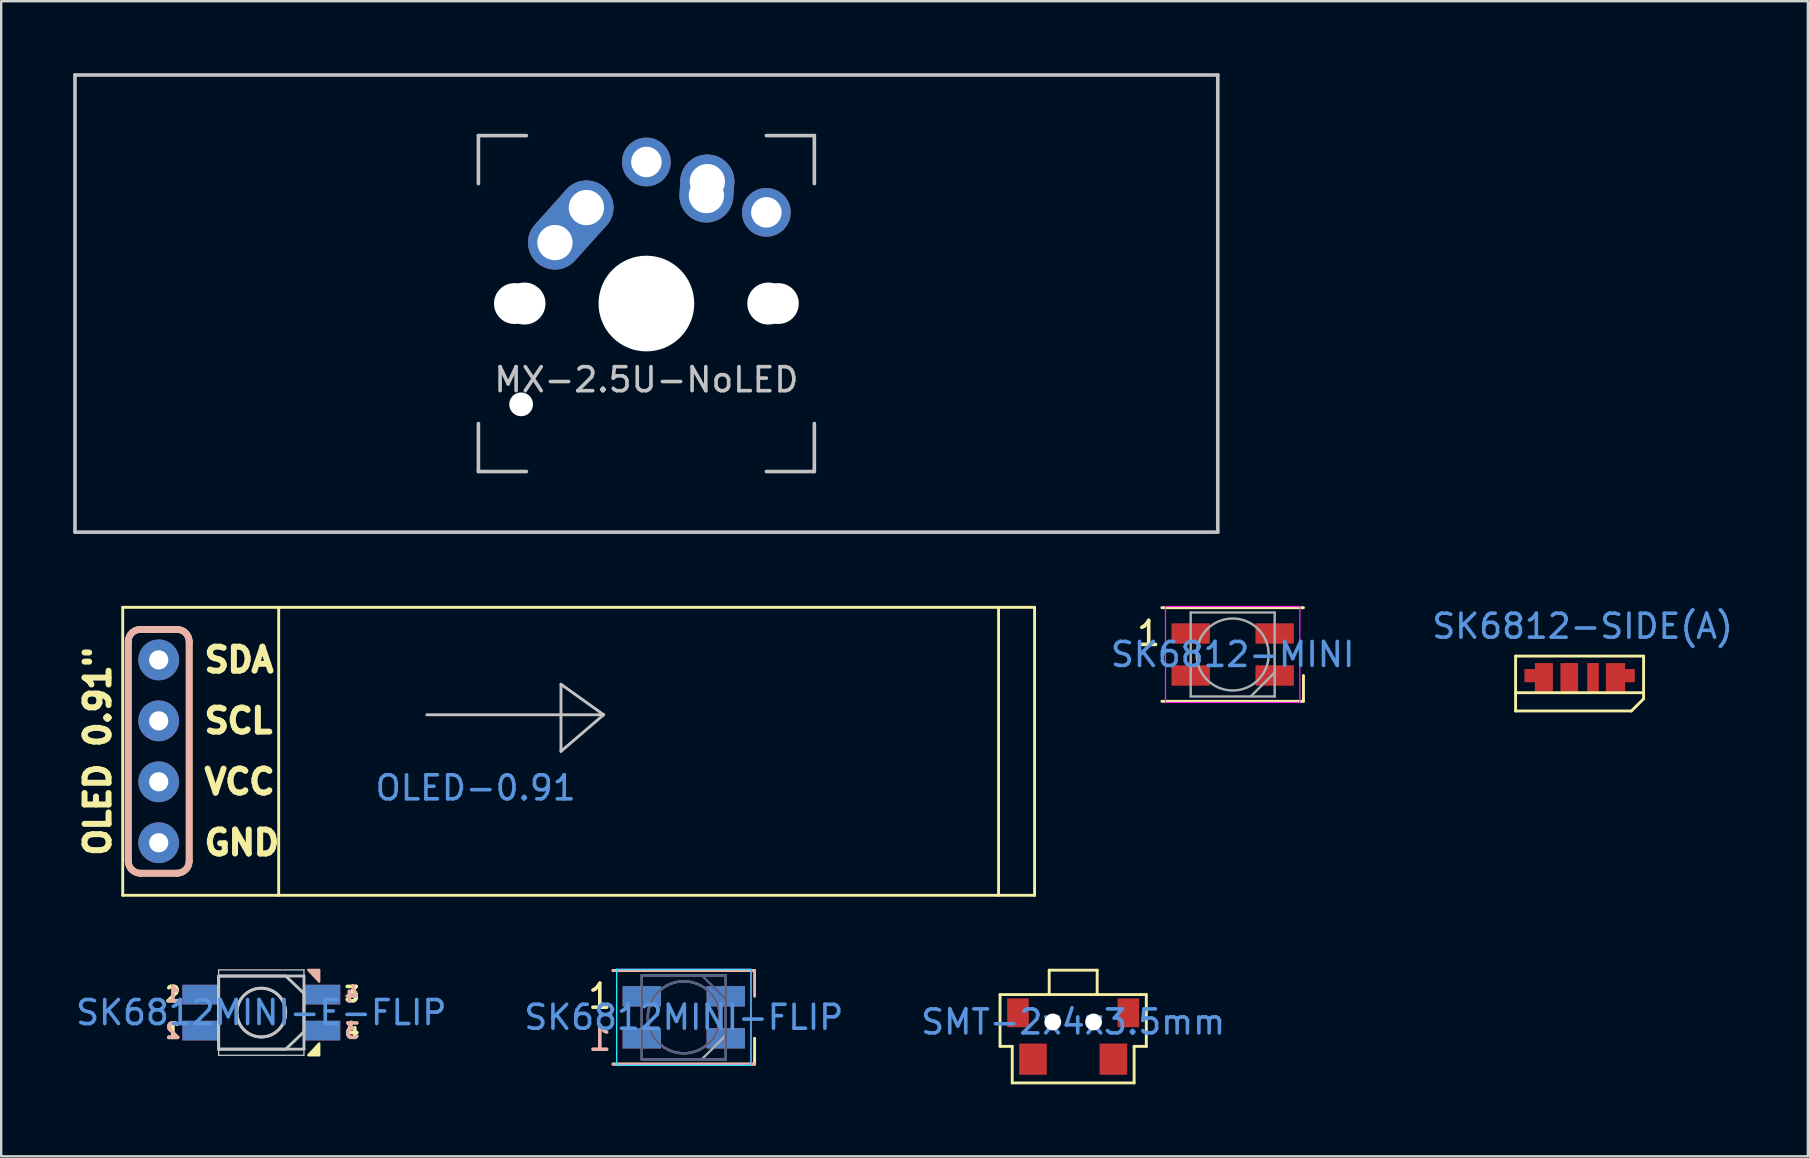
<source format=kicad_pcb>
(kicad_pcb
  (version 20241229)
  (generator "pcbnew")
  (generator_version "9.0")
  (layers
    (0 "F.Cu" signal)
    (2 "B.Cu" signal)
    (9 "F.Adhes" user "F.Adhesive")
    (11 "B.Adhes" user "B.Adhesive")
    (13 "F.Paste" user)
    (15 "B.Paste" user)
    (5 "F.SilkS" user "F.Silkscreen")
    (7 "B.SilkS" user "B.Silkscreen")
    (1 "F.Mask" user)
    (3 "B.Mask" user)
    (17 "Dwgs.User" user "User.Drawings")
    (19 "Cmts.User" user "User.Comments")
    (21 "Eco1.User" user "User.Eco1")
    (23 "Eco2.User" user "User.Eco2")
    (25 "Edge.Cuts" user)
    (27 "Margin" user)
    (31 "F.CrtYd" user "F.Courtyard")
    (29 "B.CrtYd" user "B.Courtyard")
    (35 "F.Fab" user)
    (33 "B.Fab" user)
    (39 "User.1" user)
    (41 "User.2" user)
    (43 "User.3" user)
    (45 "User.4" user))
  (footprint "SK6812MINI-FLIP"
    (layer "F.Cu")
    (at 25.446 39.345)
    (property "Reference" "SK6812MINI-FLIP" (at 0 0 0) (layer "Cmts.User") (effects (font (size 1 1) (thickness 0.15))))
    (attr through_hole)
    (fp_line (start -2.95 -1.95) (end 2.95 -1.95) (stroke (width 0.12) (type solid)) (layer "F.SilkS"))
    (fp_line (start -2.95 1.95) (end 2.95 1.95) (stroke (width 0.12) (type solid)) (layer "F.SilkS"))
    (fp_line (start 2.95 1.95) (end 2.95 0.875) (stroke (width 0.12) (type solid)) (layer "F.SilkS"))
    (fp_line (start -2.95 -1.95) (end 2.95 -1.95) (stroke (width 0.12) (type solid)) (layer "B.SilkS"))
    (fp_line (start -2.95 1.95) (end 2.95 1.95) (stroke (width 0.12) (type solid)) (layer "B.SilkS"))
    (fp_line (start 2.95 -1.95) (end 2.95 -0.875) (stroke (width 0.12) (type solid)) (layer "B.SilkS"))
    (fp_line (start -2.8 -2) (end 2.8 -2) (stroke (width 0.05) (type solid)) (layer "B.CrtYd"))
    (fp_line (start -2.8 2) (end -2.8 -2) (stroke (width 0.05) (type solid)) (layer "B.CrtYd"))
    (fp_line (start 2.8 -2) (end 2.8 2) (stroke (width 0.05) (type solid)) (layer "B.CrtYd"))
    (fp_line (start 2.8 2) (end -2.8 2) (stroke (width 0.05) (type solid)) (layer "B.CrtYd"))
    (fp_line (start -2.8 -2) (end -2.8 2) (stroke (width 0.05) (type solid)) (layer "F.CrtYd"))
    (fp_line (start -2.8 2) (end 2.8 2) (stroke (width 0.05) (type solid)) (layer "F.CrtYd"))
    (fp_line (start 2.8 -2) (end -2.8 -2) (stroke (width 0.05) (type solid)) (layer "F.CrtYd"))
    (fp_line (start 2.8 2) (end 2.8 -2) (stroke (width 0.05) (type solid)) (layer "F.CrtYd"))
    (fp_line (start -1.75 -1.75) (end 1.75 -1.75) (stroke (width 0.1) (type solid)) (layer "B.Fab"))
    (fp_line (start -1.75 1.75) (end -1.75 -1.75) (stroke (width 0.1) (type solid)) (layer "B.Fab"))
    (fp_line (start 1.75 -1.75) (end 1.75 1.75) (stroke (width 0.1) (type solid)) (layer "B.Fab"))
    (fp_line (start 1.75 -0.75) (end 0.75 -1.75) (stroke (width 0.1) (type solid)) (layer "B.Fab"))
    (fp_line (start 1.75 1.75) (end -1.75 1.75) (stroke (width 0.1) (type solid)) (layer "B.Fab"))
    (fp_circle (center 0 0) (end 0 1.5) (stroke (width 0.1) (type solid)) (fill no) (layer "B.Fab"))
    (fp_line (start -1.75 -1.75) (end -1.75 1.75) (stroke (width 0.1) (type solid)) (layer "F.Fab"))
    (fp_line (start -1.75 1.75) (end 1.75 1.75) (stroke (width 0.1) (type solid)) (layer "F.Fab"))
    (fp_line (start 1.75 -1.75) (end -1.75 -1.75) (stroke (width 0.1) (type solid)) (layer "F.Fab"))
    (fp_line (start 1.75 0.75) (end 0.75 1.75) (stroke (width 0.1) (type solid)) (layer "F.Fab"))
    (fp_line (start 1.75 1.75) (end 1.75 -1.75) (stroke (width 0.1) (type solid)) (layer "F.Fab"))
    (fp_circle (center 0 0) (end 0 -1.5) (stroke (width 0.1) (type solid)) (fill no) (layer "F.Fab"))
    (fp_text user "1" (at -3.5 -0.875 0) (layer "F.SilkS") (effects (font (size 1 1) (thickness 0.15))))
    (fp_text user "1" (at -3.5 0.875 0) (layer "B.SilkS") (effects (font (size 1 1) (thickness 0.15)) (justify mirror)))
    (pad "1" smd rect (at -1.75 -0.875) (size 1.6 0.85) (layers "F.Cu" "F.Mask" "F.Paste"))
    (pad "1" smd rect (at -1.75 0.875) (size 1.6 0.85) (layers "B.Cu" "B.Mask" "B.Paste"))
    (pad "2" smd rect (at -1.75 -0.875) (size 1.6 0.85) (layers "B.Cu" "B.Mask" "B.Paste"))
    (pad "2" smd rect (at -1.75 0.875) (size 1.6 0.85) (layers "F.Cu" "F.Mask" "F.Paste"))
    (pad "3" smd rect (at 1.75 -0.875) (size 1.6 0.85) (layers "B.Cu" "B.Mask" "B.Paste"))
    (pad "3" smd rect (at 1.75 0.875) (size 1.6 0.85) (layers "F.Cu" "F.Mask" "F.Paste"))
    (pad "4" smd rect (at 1.75 -0.875) (size 1.6 0.85) (layers "F.Cu" "F.Mask" "F.Paste"))
    (pad "4" smd rect (at 1.75 0.875) (size 1.6 0.85) (layers "B.Cu" "B.Mask" "B.Paste")))
  (footprint "SK6812-MINI"
    (layer "F.Cu")
    (at 48.32 24.225)
    (property "Reference" "SK6812-MINI" (at 0 0 0) (layer "Cmts.User") (effects (font (size 1 1) (thickness 0.15))))
    (attr smd)
    (fp_line (start -2.95 -1.95) (end 2.95 -1.95) (stroke (width 0.12) (type solid)) (layer "F.SilkS"))
    (fp_line (start -2.95 1.95) (end 2.95 1.95) (stroke (width 0.12) (type solid)) (layer "F.SilkS"))
    (fp_line (start 2.95 1.95) (end 2.95 0.875) (stroke (width 0.12) (type solid)) (layer "F.SilkS"))
    (fp_line (start -2.8 -2) (end -2.8 2) (stroke (width 0.05) (type solid)) (layer "F.CrtYd"))
    (fp_line (start -2.8 2) (end 2.8 2) (stroke (width 0.05) (type solid)) (layer "F.CrtYd"))
    (fp_line (start 2.8 -2) (end -2.8 -2) (stroke (width 0.05) (type solid)) (layer "F.CrtYd"))
    (fp_line (start 2.8 2) (end 2.8 -2) (stroke (width 0.05) (type solid)) (layer "F.CrtYd"))
    (fp_line (start -1.75 -1.75) (end -1.75 1.75) (stroke (width 0.1) (type solid)) (layer "F.Fab"))
    (fp_line (start -1.75 1.75) (end 1.75 1.75) (stroke (width 0.1) (type solid)) (layer "F.Fab"))
    (fp_line (start 1.75 -1.75) (end -1.75 -1.75) (stroke (width 0.1) (type solid)) (layer "F.Fab"))
    (fp_line (start 1.75 0.75) (end 0.75 1.75) (stroke (width 0.1) (type solid)) (layer "F.Fab"))
    (fp_line (start 1.75 1.75) (end 1.75 -1.75) (stroke (width 0.1) (type solid)) (layer "F.Fab"))
    (fp_circle (center 0 0) (end 0 -1.5) (stroke (width 0.1) (type solid)) (fill no) (layer "F.Fab"))
    (fp_text user "1" (at -3.5 -0.875 0) (layer "F.SilkS") (effects (font (size 1 1) (thickness 0.15))))
    (pad "+" smd rect (at 1.75 -0.875) (size 1.6 0.85) (layers "F.Cu" "F.Mask" "F.Paste"))
    (pad "-" smd rect (at -1.75 0.875) (size 1.6 0.85) (layers "F.Cu" "F.Mask" "F.Paste"))
    (pad "I" smd rect (at 1.75 0.875) (size 1.6 0.85) (layers "F.Cu" "F.Mask" "F.Paste"))
    (pad "O" smd rect (at -1.75 -0.875) (size 1.6 0.85) (layers "F.Cu" "F.Mask" "F.Paste")))
  (footprint "SK6812MINI-E-FLIP"
    (layer "F.Cu")
    (at 7.839 39.148)
    (property "Reference" "SK6812MINI-E-FLIP" (at 0 0 0) (layer "Cmts.User") (effects (font (size 1 1) (thickness 0.15))))
    (attr through_hole)
    (fp_poly (pts (xy 2.413 1.288) (xy 2.413 1.778) (xy 1.958 1.778)) (stroke (width 0.1) (type solid)) (fill yes) (layer "F.SilkS"))
    (fp_poly (pts (xy 2.413 -1.288) (xy 2.413 -1.778) (xy 1.958 -1.778)) (stroke (width 0.1) (type solid)) (fill yes) (layer "B.SilkS"))
    (fp_line (start -1.778 -1.524) (end -1.778 1.524) (stroke (width 0.12) (type solid)) (layer "Dwgs.User"))
    (fp_line (start -1.778 1.524) (end -1.778 -1.524) (stroke (width 0.12) (type solid)) (layer "Dwgs.User"))
    (fp_line (start 1 -1.524) (end -1.778 -1.524) (stroke (width 0.12) (type solid)) (layer "Dwgs.User"))
    (fp_line (start 1 1.524) (end -1.778 1.524) (stroke (width 0.12) (type solid)) (layer "Dwgs.User"))
    (fp_line (start 1.016 -1.524) (end 1.778 -0.8) (stroke (width 0.12) (type solid)) (layer "Dwgs.User"))
    (fp_line (start 1.016 1.524) (end 1.778 0.8) (stroke (width 0.12) (type solid)) (layer "Dwgs.User"))
    (fp_line (start 1.778 -1.524) (end -1.778 -1.524) (stroke (width 0.12) (type solid)) (layer "Dwgs.User"))
    (fp_line (start 1.778 -1.524) (end 1.778 0.8) (stroke (width 0.12) (type solid)) (layer "Dwgs.User"))
    (fp_line (start 1.778 1.524) (end -1.778 1.524) (stroke (width 0.12) (type solid)) (layer "Dwgs.User"))
    (fp_line (start 1.778 1.524) (end 1.778 -0.8) (stroke (width 0.12) (type solid)) (layer "Dwgs.User"))
    (fp_circle (center 0 0) (end 1.016 0) (stroke (width 0.12) (type solid)) (fill no) (layer "Dwgs.User"))
    (fp_circle (center 0 0) (end 1.016 0) (stroke (width 0.12) (type solid)) (fill no) (layer "Dwgs.User"))
    (fp_line (start -1.778 -1.778) (end -1.778 1.778) (stroke (width 0.05) (type solid)) (layer "Edge.Cuts"))
    (fp_line (start -1.778 -1.778) (end 1.778 -1.778) (stroke (width 0.05) (type solid)) (layer "Edge.Cuts"))
    (fp_line (start -1.778 1.778) (end 1.778 1.778) (stroke (width 0.05) (type solid)) (layer "Edge.Cuts"))
    (fp_line (start 1.778 1.778) (end 1.778 -1.778) (stroke (width 0.05) (type solid)) (layer "Edge.Cuts"))
    (fp_text user "4" (at 3.782 0.762 180) (layer "F.SilkS") (effects (font (size 0.6 0.6) (thickness 0.15))))
    (fp_text user "3" (at 3.782 -0.762 180) (layer "F.SilkS") (effects (font (size 0.6 0.6) (thickness 0.15))))
    (fp_text user "2" (at -3.683 -0.762 180) (layer "F.SilkS") (effects (font (size 0.6 0.6) (thickness 0.15))))
    (fp_text user "1" (at -3.683 0.762 180) (layer "F.SilkS") (effects (font (size 0.6 0.6) (thickness 0.15))))
    (fp_text user "2" (at -3.683 0.762 180) (layer "B.SilkS") (effects (font (size 0.6 0.6) (thickness 0.15)) (justify mirror)))
    (fp_text user "4" (at 3.782 -0.762 180) (layer "B.SilkS") (effects (font (size 0.6 0.6) (thickness 0.15)) (justify mirror)))
    (fp_text user "3" (at 3.782 0.762 180) (layer "B.SilkS") (effects (font (size 0.6 0.6) (thickness 0.15)) (justify mirror)))
    (fp_text user "1" (at -3.683 -0.762 180) (layer "B.SilkS") (effects (font (size 0.6 0.6) (thickness 0.15)) (justify mirror)))
    (pad "1" smd trapezoid (at -2.54 -0.75) (size 1.5 0.82) (layers "F.Cu" "F.Mask" "F.Paste"))
    (pad "1" smd trapezoid (at -2.54 0.75) (size 1.5 0.82) (layers "B.Cu" "B.Mask" "B.Paste"))
    (pad "2" smd rect (at 2.54 -0.75) (size 1.5 0.82) (layers "F.Cu" "F.Mask" "F.Paste"))
    (pad "2" smd rect (at 2.54 0.75) (size 1.5 0.82) (layers "B.Cu" "B.Mask" "B.Paste"))
    (pad "3" smd rect (at 2.54 -0.75) (size 1.5 0.82) (layers "B.Cu" "B.Mask" "B.Paste"))
    (pad "3" smd rect (at 2.54 0.75) (size 1.5 0.82) (layers "F.Cu" "F.Mask" "F.Paste"))
    (pad "4" smd rect (at -2.54 -0.75) (size 1.5 0.82) (layers "B.Cu" "B.Mask" "B.Paste"))
    (pad "4" smd rect (at -2.54 0.75) (size 1.5 0.82) (layers "F.Cu" "F.Mask" "F.Paste")))
  (footprint "OLED-0.91"
    (layer "F.Cu")
    (at 3.564 28.26)
    (property "Reference" "OLED-0.91" (at 13.208 1.524 180) (layer "Cmts.User") (effects (font (size 1 1) (thickness 0.15))))
    (attr through_hole)
    (fp_line (start -1.5 -6) (end -1.5 6) (stroke (width 0.12) (type solid)) (layer "F.SilkS"))
    (fp_line (start -1.5 -6) (end 36.5 -6) (stroke (width 0.12) (type solid)) (layer "F.SilkS"))
    (fp_line (start -1.5 6) (end 36.5 6) (stroke (width 0.12) (type solid)) (layer "F.SilkS"))
    (fp_line (start -1.27 -4.572) (end -1.27 4.572) (stroke (width 0.28) (type solid)) (layer "F.SilkS"))
    (fp_line (start -0.762 -5.08) (end 0.762 -5.08) (stroke (width 0.28) (type solid)) (layer "F.SilkS"))
    (fp_line (start 0.762 5.08) (end -0.762 5.08) (stroke (width 0.28) (type solid)) (layer "F.SilkS"))
    (fp_line (start 1.27 -4.572) (end 1.27 4.572) (stroke (width 0.28) (type solid)) (layer "F.SilkS"))
    (fp_line (start 5 -6) (end 5 6) (stroke (width 0.12) (type solid)) (layer "F.SilkS"))
    (fp_line (start 35 -6) (end 35 6) (stroke (width 0.12) (type solid)) (layer "F.SilkS"))
    (fp_line (start 36.5 -6) (end 36.5 6) (stroke (width 0.12) (type solid)) (layer "F.SilkS"))
    (fp_arc (start -1.27 -4.572) (mid -1.12121 -4.93121) (end -0.762 -5.08) (stroke (width 0.28) (type solid)) (layer "F.SilkS"))
    (fp_arc (start -0.762 5.08) (mid -1.12121 4.93121) (end -1.27 4.572) (stroke (width 0.28) (type solid)) (layer "F.SilkS"))
    (fp_arc (start 0.762 -5.08) (mid 1.12121 -4.93121) (end 1.27 -4.572) (stroke (width 0.28) (type solid)) (layer "F.SilkS"))
    (fp_arc (start 1.27 4.572) (mid 1.12121 4.93121) (end 0.762 5.08) (stroke (width 0.28) (type solid)) (layer "F.SilkS"))
    (fp_line (start -1.27 4.572) (end -1.27 -4.572) (stroke (width 0.28) (type solid)) (layer "B.SilkS"))
    (fp_line (start -0.762 5.08) (end 0.762 5.08) (stroke (width 0.28) (type solid)) (layer "B.SilkS"))
    (fp_line (start 0.762 -5.08) (end -0.762 -5.08) (stroke (width 0.28) (type solid)) (layer "B.SilkS"))
    (fp_line (start 1.27 4.572) (end 1.27 -4.572) (stroke (width 0.28) (type solid)) (layer "B.SilkS"))
    (fp_arc (start -1.27 -4.572) (mid -1.12121 -4.93121) (end -0.762 -5.08) (stroke (width 0.28) (type solid)) (layer "B.SilkS"))
    (fp_arc (start -0.762 5.08) (mid -1.12121 4.93121) (end -1.27 4.572) (stroke (width 0.28) (type solid)) (layer "B.SilkS"))
    (fp_arc (start 0.762 -5.08) (mid 1.12121 -4.93121) (end 1.27 -4.572) (stroke (width 0.28) (type solid)) (layer "B.SilkS"))
    (fp_arc (start 1.27 4.572) (mid 1.12121 4.93121) (end 0.762 5.08) (stroke (width 0.28) (type solid)) (layer "B.SilkS"))
    (fp_line (start 11.176 -1.524) (end 18.542 -1.524) (stroke (width 0.12) (type solid)) (layer "Dwgs.User"))
    (fp_line (start 16.764 -2.794) (end 16.764 0) (stroke (width 0.12) (type solid)) (layer "Dwgs.User"))
    (fp_line (start 16.764 0) (end 18.542 -1.524) (stroke (width 0.12) (type solid)) (layer "Dwgs.User"))
    (fp_line (start 18.542 -1.524) (end 16.764 -2.794) (stroke (width 0.12) (type solid)) (layer "Dwgs.User"))
    (fp_text user "GND" (at 1.778 3.81 0) (layer "F.SilkS") (effects (font (size 1 1) (thickness 0.25)) (justify left)))
    (fp_text user "OLED 0.91\"" (at -2.54 0 270) (layer "F.SilkS") (effects (font (size 1 1) (thickness 0.25))))
    (fp_text user "SCL" (at 1.778 -1.27 0) (layer "F.SilkS") (effects (font (size 1 1) (thickness 0.25)) (justify left)))
    (fp_text user "SDA" (at 1.778 -3.81 0) (layer "F.SilkS") (effects (font (size 1 1) (thickness 0.25)) (justify left)))
    (fp_text user "VCC" (at 1.778 1.27 0) (layer "F.SilkS") (effects (font (size 1 1) (thickness 0.25)) (justify left)))
    (pad "1" thru_hole oval (at 0 -3.81) (size 1.7 1.7) (drill 0.8) (layers "*.Cu" "*.Mask"))
    (pad "2" thru_hole oval (at 0 -1.27) (size 1.7 1.7) (drill 0.8) (layers "*.Cu" "*.Mask"))
    (pad "3" thru_hole oval (at 0 1.27) (size 1.7 1.7) (drill 0.8) (layers "*.Cu" "*.Mask"))
    (pad "4" thru_hole oval (at 0 3.81) (size 1.7 1.7) (drill 0.8) (layers "*.Cu" "*.Mask")))
  (footprint "SMT-2x4x3.5mm"
    (layer "F.Cu")
    (at 41.673 39.539)
    (property "Reference" "SMT-2x4x3.5mm" (at 0 0 0) (layer "Cmts.User") (effects (font (size 1 1) (thickness 0.15))))
    (attr through_hole)
    (fp_line (start -3.048 -1.143) (end -3.048 1.016) (stroke (width 0.12) (type solid)) (layer "F.SilkS"))
    (fp_line (start -3.048 1.016) (end -2.54 1.016) (stroke (width 0.12) (type solid)) (layer "F.SilkS"))
    (fp_line (start -2.54 1.016) (end -2.54 2.54) (stroke (width 0.12) (type solid)) (layer "F.SilkS"))
    (fp_line (start -2.54 2.54) (end 2.54 2.54) (stroke (width 0.12) (type solid)) (layer "F.SilkS"))
    (fp_line (start -1 -2.159) (end 1 -2.159) (stroke (width 0.12) (type solid)) (layer "F.SilkS"))
    (fp_line (start -1 -1.143) (end -1 -2.159) (stroke (width 0.12) (type solid)) (layer "F.SilkS"))
    (fp_line (start 1 -2.159) (end 1 -1.143) (stroke (width 0.12) (type solid)) (layer "F.SilkS"))
    (fp_line (start 2.54 1.016) (end 3.048 1.016) (stroke (width 0.12) (type solid)) (layer "F.SilkS"))
    (fp_line (start 2.54 2.54) (end 2.54 1.016) (stroke (width 0.12) (type solid)) (layer "F.SilkS"))
    (fp_line (start 2.794 -1.143) (end -3.048 -1.143) (stroke (width 0.12) (type solid)) (layer "F.SilkS"))
    (fp_line (start 3.048 -1.143) (end 2.794 -1.143) (stroke (width 0.12) (type solid)) (layer "F.SilkS"))
    (fp_line (start 3.048 1.016) (end 3.048 -1.143) (stroke (width 0.12) (type solid)) (layer "F.SilkS"))
    (pad "" smd trapezoid (at -2.3 -0.381) (size 0.9 1.2) (layers "F.Cu" "F.Mask" "F.Paste"))
    (pad "" np_thru_hole circle (at -0.85 0) (size 0.7 0.7) (drill 0.7) (layers "*.Cu" "*.Mask"))
    (pad "" np_thru_hole circle (at 0.85 0) (size 0.7 0.7) (drill 0.7) (layers "*.Cu" "*.Mask"))
    (pad "" smd trapezoid (at 2.3 -0.381) (size 0.9 1.2) (layers "F.Cu" "F.Mask" "F.Paste"))
    (pad "1" smd trapezoid (at -1.675 1.55) (size 1.15 1.3) (layers "F.Cu" "F.Mask" "F.Paste"))
    (pad "2" smd trapezoid (at 1.675 1.55 180) (size 1.15 1.3) (layers "F.Cu" "F.Mask" "F.Paste")))
  (footprint "MX-2.5U-NoLED"
    (layer "F.Cu")
    (at 23.887 9.6)
    (property "Reference" "MX-2.5U-NoLED" (at 0 3.175 0) (layer "Dwgs.User") (effects (font (size 1 1) (thickness 0.15))))
    (attr through_hole)
    (fp_line (start -23.812 -9.525) (end 23.812 -9.525) (stroke (width 0.15) (type solid)) (layer "Dwgs.User"))
    (fp_line (start -23.812 9.525) (end -23.812 -9.525) (stroke (width 0.15) (type solid)) (layer "Dwgs.User"))
    (fp_line (start -23.812 9.525) (end 23.812 9.525) (stroke (width 0.15) (type solid)) (layer "Dwgs.User"))
    (fp_line (start -7 -7) (end -7 -5) (stroke (width 0.15) (type solid)) (layer "Dwgs.User"))
    (fp_line (start -7 5) (end -7 7) (stroke (width 0.15) (type solid)) (layer "Dwgs.User"))
    (fp_line (start -7 7) (end -5 7) (stroke (width 0.15) (type solid)) (layer "Dwgs.User"))
    (fp_line (start -5 -7) (end -7 -7) (stroke (width 0.15) (type solid)) (layer "Dwgs.User"))
    (fp_line (start 5 -7) (end 7 -7) (stroke (width 0.15) (type solid)) (layer "Dwgs.User"))
    (fp_line (start 5 7) (end 7 7) (stroke (width 0.15) (type solid)) (layer "Dwgs.User"))
    (fp_line (start 7 -7) (end 7 -5) (stroke (width 0.15) (type solid)) (layer "Dwgs.User"))
    (fp_line (start 7 7) (end 7 5) (stroke (width 0.15) (type solid)) (layer "Dwgs.User"))
    (fp_line (start 23.812 -9.525) (end 23.812 9.525) (stroke (width 0.15) (type solid)) (layer "Dwgs.User"))
    (pad "" np_thru_hole circle (at -5.5 0) (size 1.702 1.702) (drill 1.702) (layers "*.Cu" "*.Mask"))
    (pad "" np_thru_hole circle (at -5.22 4.2 180) (size 0.991 0.991) (drill 0.991) (layers "*.Cu" "*.Mask"))
    (pad "" np_thru_hole circle (at -5.08 0 48.1) (size 1.75 1.75) (drill 1.75) (layers "*.Cu" "*.Mask"))
    (pad "" np_thru_hole circle (at 0 0) (size 3.988 3.988) (drill 3.988) (layers "*.Cu" "*.Mask"))
    (pad "" np_thru_hole circle (at 5.08 0 48.1) (size 1.75 1.75) (drill 1.75) (layers "*.Cu" "*.Mask"))
    (pad "" np_thru_hole circle (at 5.5 0) (size 1.702 1.702) (drill 1.702) (layers "*.Cu" "*.Mask"))
    (pad "1" thru_hole oval (at -3.81 -2.54 48.1) (size 4.212 2.25) (drill 1.47 (offset 0.981 0)) (layers "*.Cu" "B.Mask"))
    (pad "1" thru_hole circle (at -2.5 -4) (size 2.25 2.25) (drill 1.47) (layers "*.Cu" "B.Mask"))
    (pad "1" thru_hole circle (at 0 -5.9 180) (size 2.032 2.032) (drill 1.27) (layers "*.Cu" "*.Mask"))
    (pad "2" thru_hole oval (at 2.5 -4.5 86.055) (size 2.831 2.25) (drill 1.47 (offset 0.291 0)) (layers "*.Cu" "B.Mask"))
    (pad "2" thru_hole circle (at 2.54 -5.08) (size 2.25 2.25) (drill 1.47) (layers "*.Cu" "B.Mask"))
    (pad "2" thru_hole circle (at 5 -3.8 180) (size 2.032 2.032) (drill 1.27) (layers "*.Cu" "*.Mask")))
  (footprint "SK6812-SIDE(A)"
    (layer "F.Cu")
    (at 62.904 25.182)
    (property "Reference" "SK6812-SIDE(A)" (at 0 -2.134 0) (layer "Cmts.User") (effects (font (size 1 1) (thickness 0.15))))
    (attr through_hole)
    (fp_line (start -2.794 -0.889) (end -2.794 1.397) (stroke (width 0.12) (type solid)) (layer "F.SilkS"))
    (fp_line (start -2.794 1.397) (end 2.032 1.397) (stroke (width 0.12) (type solid)) (layer "F.SilkS"))
    (fp_line (start 2.032 1.397) (end 2.54 0.889) (stroke (width 0.12) (type solid)) (layer "F.SilkS"))
    (fp_line (start 2.54 -0.889) (end -2.794 -0.889) (stroke (width 0.12) (type solid)) (layer "F.SilkS"))
    (fp_line (start 2.54 0.635) (end -2.794 0.635) (stroke (width 0.12) (type solid)) (layer "F.SilkS"))
    (fp_line (start 2.54 0.889) (end 2.54 -0.889) (stroke (width 0.12) (type solid)) (layer "F.SilkS"))
    (pad "+" smd rect (at -0.575 0) (size 0.7 1.2) (layers "F.Cu" "F.Mask" "F.Paste"))
    (pad "+" smd rect (at -0.49 0) (size 0.6 1.2) (layers "F.Cu" "F.Mask" "F.Paste"))
    (pad "-" smd rect (at 1.37 0) (size 0.8 1.2) (layers "F.Cu" "F.Mask" "F.Paste"))
    (pad "-" smd rect (at 1.95 -0.075) (size 0.45 0.55) (layers "F.Cu" "F.Mask" "F.Paste"))
    (pad "I" smd rect (at -2.2 -0.075) (size 0.45 0.55) (layers "F.Cu" "F.Mask" "F.Paste"))
    (pad "I" smd rect (at -1.615 0) (size 0.75 1.2) (layers "F.Cu" "F.Mask" "F.Paste"))
    (pad "O" smd rect (at 0.39 0) (size 0.4 1.2) (layers "F.Cu" "F.Mask" "F.Paste"))
    (pad "O" smd rect (at 0.45 0) (size 0.45 1.2) (layers "F.Cu" "F.Mask" "F.Paste")))
  (gr_rect
    (start -3 -3)
    (end 72.29 45.139)
    (stroke (width 0.1) (type default))
    (fill no)
    (layer "Edge.Cuts")))
</source>
